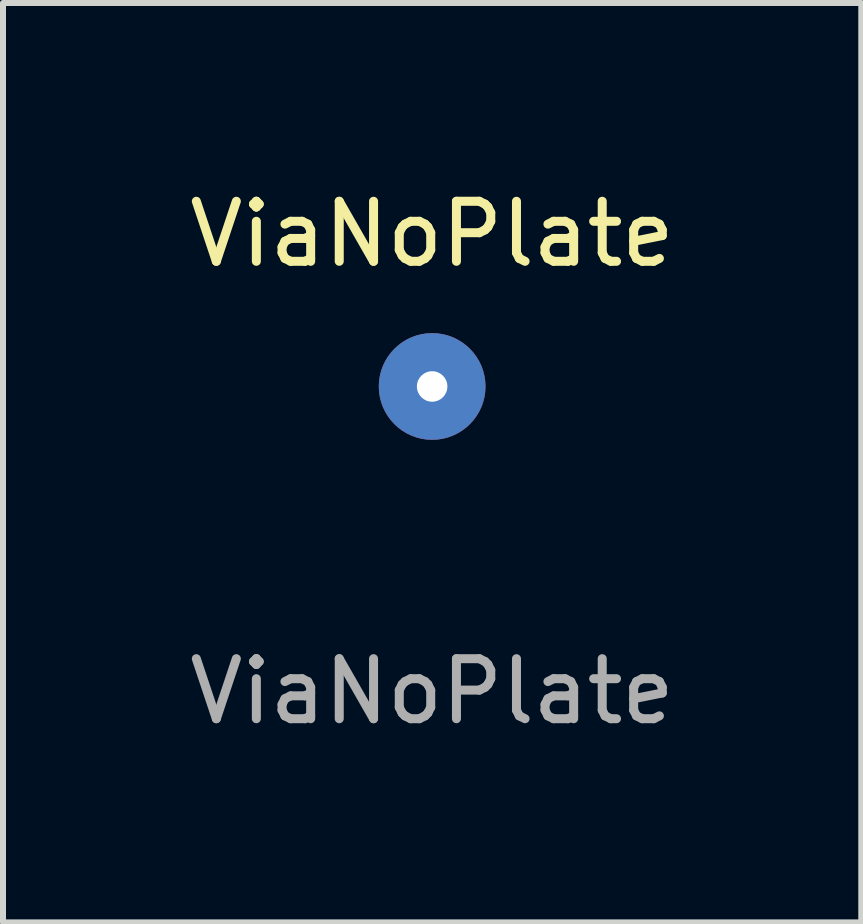
<source format=kicad_pcb>
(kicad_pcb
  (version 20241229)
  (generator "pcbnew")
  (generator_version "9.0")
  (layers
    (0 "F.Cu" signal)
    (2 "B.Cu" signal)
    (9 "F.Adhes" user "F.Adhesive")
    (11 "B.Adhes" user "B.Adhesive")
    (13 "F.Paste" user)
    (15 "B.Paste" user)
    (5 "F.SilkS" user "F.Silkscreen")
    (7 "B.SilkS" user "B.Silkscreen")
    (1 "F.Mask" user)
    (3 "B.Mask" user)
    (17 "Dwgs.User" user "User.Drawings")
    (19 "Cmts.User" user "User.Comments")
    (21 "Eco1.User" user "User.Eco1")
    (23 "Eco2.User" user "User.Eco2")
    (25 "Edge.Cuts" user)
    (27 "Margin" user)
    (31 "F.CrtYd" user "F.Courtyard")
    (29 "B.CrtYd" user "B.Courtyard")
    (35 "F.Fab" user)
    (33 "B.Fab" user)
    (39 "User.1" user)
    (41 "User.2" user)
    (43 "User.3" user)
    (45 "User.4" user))
  (footprint "ViaNoPlate"
    (layer "F.Cu")
    (at 4.149 3.388)
    (property "Reference" "ViaNoPlate" (at 0 -2.54 0) (unlocked yes) (layer "F.SilkS") (effects (font (size 1 1) (thickness 0.15))))
    (attr through_hole)
    (fp_text user "${REFERENCE}" (at 0 5.08 0) (unlocked yes) (layer "F.Fab") (effects (font (size 1 1) (thickness 0.15))))
    (pad "" np_thru_hole circle (at 0 0) (size 0.508 0.508) (drill 0.762) (layers "*.Cu"))
    (pad "1" smd circle (at 0 0) (size 1.778 1.778) (layers "F.Cu" "F.Mask" "F.Paste"))
    (pad "2" smd circle (at 0 0) (size 1.778 1.778) (layers "B.Cu" "B.Mask" "B.Paste")))
  (gr_rect
    (start -3 -3)
    (end 11.298 12.316)
    (stroke (width 0.1) (type default))
    (fill no)
    (layer "Edge.Cuts")))
</source>
